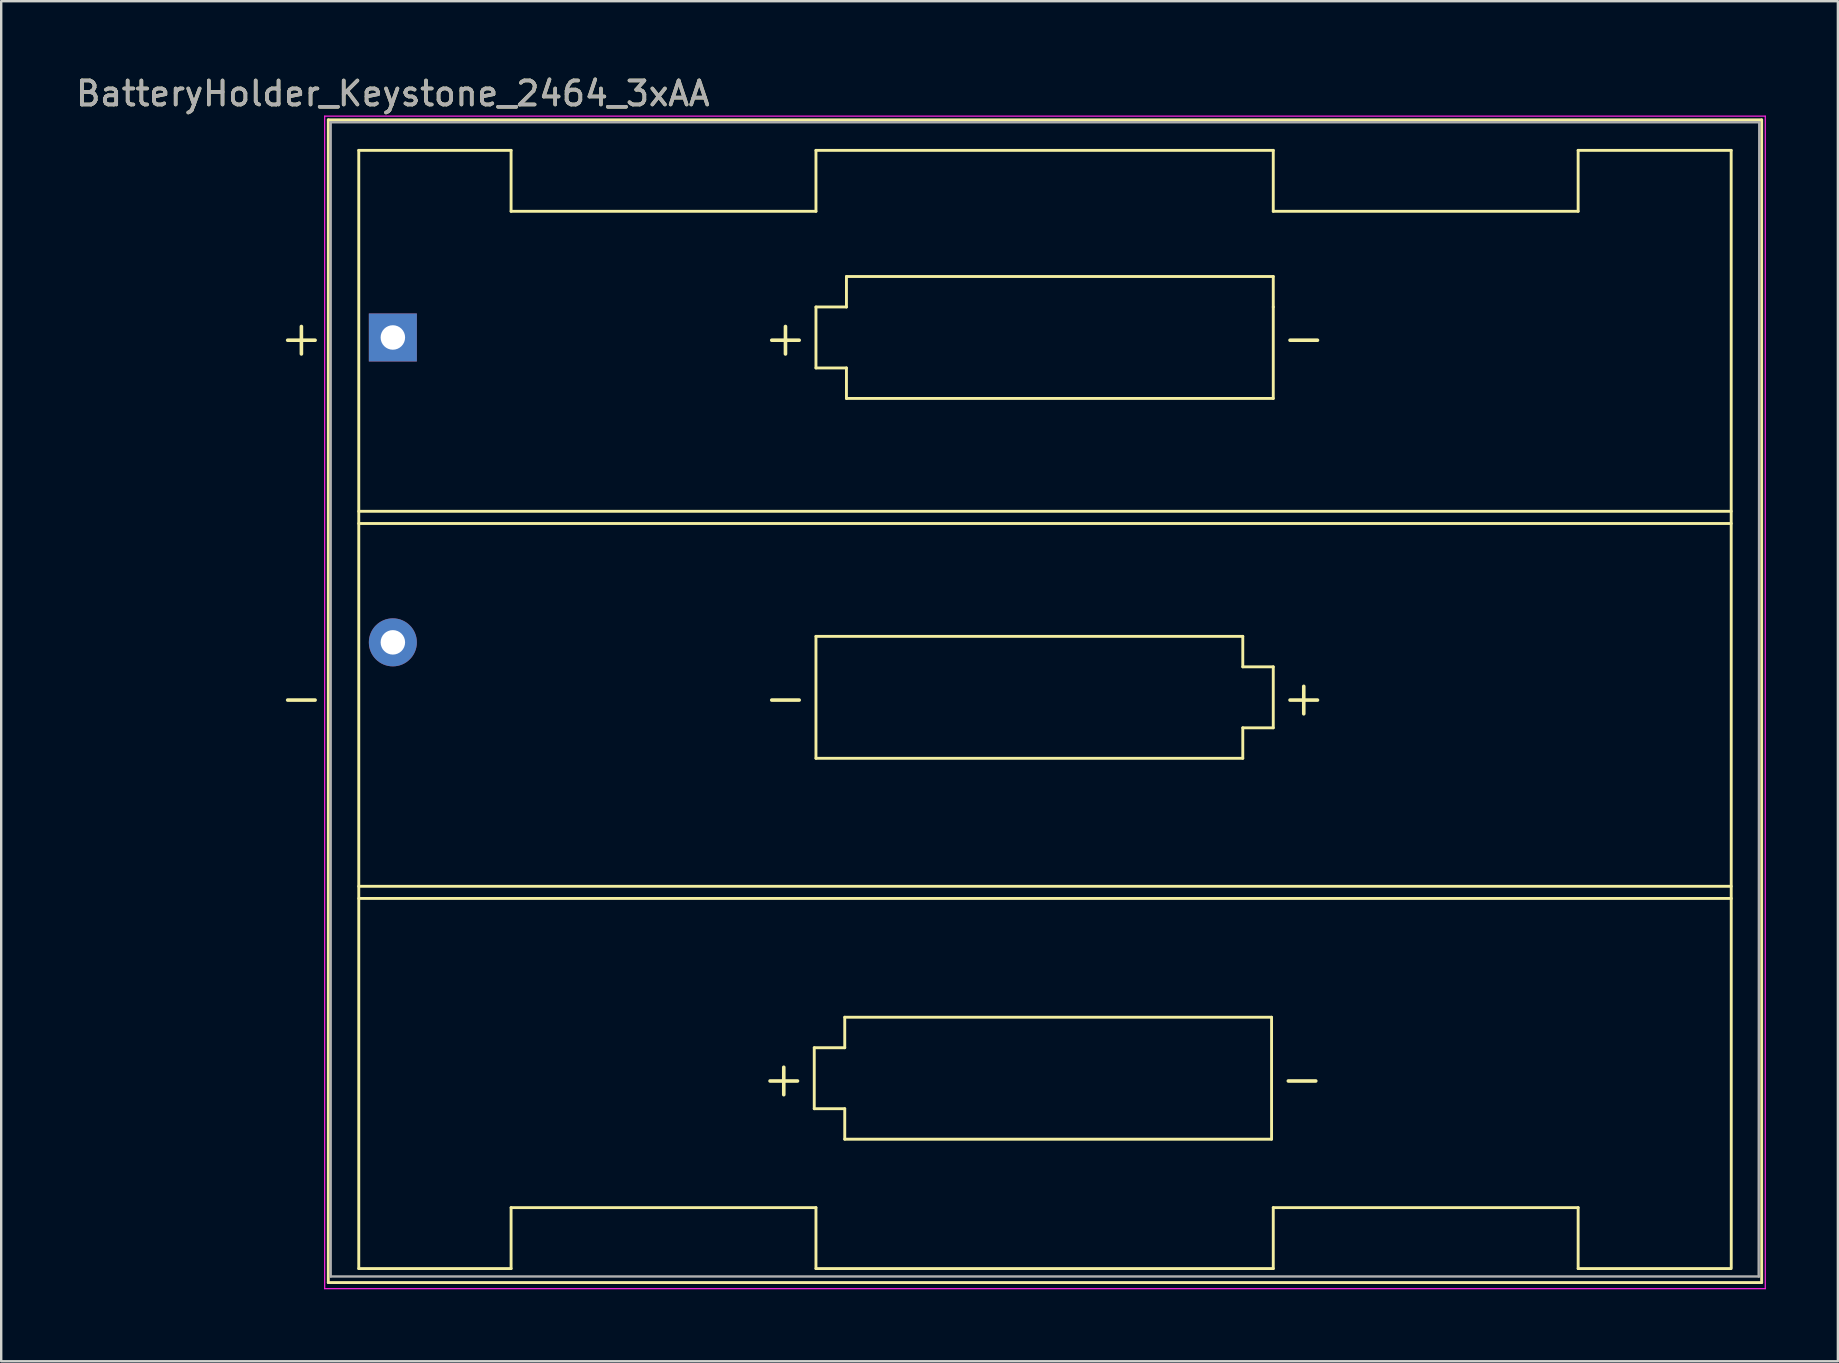
<source format=kicad_pcb>
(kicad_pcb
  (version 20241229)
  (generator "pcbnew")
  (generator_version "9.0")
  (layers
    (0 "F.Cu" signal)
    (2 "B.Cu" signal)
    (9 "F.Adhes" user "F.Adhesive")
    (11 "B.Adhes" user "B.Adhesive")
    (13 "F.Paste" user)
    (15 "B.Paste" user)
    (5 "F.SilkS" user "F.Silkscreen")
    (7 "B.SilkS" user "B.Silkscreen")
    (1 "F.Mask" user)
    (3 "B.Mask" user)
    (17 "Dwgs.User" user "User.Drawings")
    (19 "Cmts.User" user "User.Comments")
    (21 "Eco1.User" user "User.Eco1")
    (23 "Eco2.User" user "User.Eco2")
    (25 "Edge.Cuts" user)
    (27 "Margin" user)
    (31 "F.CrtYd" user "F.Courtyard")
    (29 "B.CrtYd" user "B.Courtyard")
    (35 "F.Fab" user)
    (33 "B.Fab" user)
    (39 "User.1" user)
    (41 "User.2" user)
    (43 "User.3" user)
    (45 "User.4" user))
  (footprint "BatteryHolder_Keystone_2464_3xAA"
    (layer "F.Cu")
    (at 13.315 11.008)
    (property "Reference" "BatteryHolder_Keystone_2464_3xAA" (at 0 -10.16 180) (layer "F.SilkS") (effects (font (size 1 1) (thickness 0.15))))
    (attr through_hole)
    (fp_line (start -2.69 -9.065) (end -2.69 39.37) (stroke (width 0.12) (type solid)) (layer "F.SilkS"))
    (fp_line (start -2.69 39.37) (end 57.02 39.37) (stroke (width 0.12) (type solid)) (layer "F.SilkS"))
    (fp_line (start -1.42 -7.795) (end -1.42 38.787) (stroke (width 0.12) (type solid)) (layer "F.SilkS"))
    (fp_line (start -1.42 7.241) (end 55.75 7.241) (stroke (width 0.12) (type solid)) (layer "F.SilkS"))
    (fp_line (start -1.42 38.787) (end 4.925 38.787) (stroke (width 0.12) (type solid)) (layer "F.SilkS"))
    (fp_line (start -1.417 23.368) (end 55.753 23.368) (stroke (width 0.12) (type solid)) (layer "F.SilkS"))
    (fp_line (start 4.925 -7.795) (end -1.42 -7.795) (stroke (width 0.12) (type solid)) (layer "F.SilkS"))
    (fp_line (start 4.925 -5.255) (end 4.925 -7.795) (stroke (width 0.12) (type solid)) (layer "F.SilkS"))
    (fp_line (start 4.925 -5.255) (end 17.625 -5.255) (stroke (width 0.12) (type solid)) (layer "F.SilkS"))
    (fp_line (start 4.925 36.247) (end 17.625 36.247) (stroke (width 0.12) (type solid)) (layer "F.SilkS"))
    (fp_line (start 4.925 38.787) (end 4.925 36.247) (stroke (width 0.12) (type solid)) (layer "F.SilkS"))
    (fp_line (start 17.554 29.587) (end 18.824 29.587) (stroke (width 0.12) (type solid)) (layer "F.SilkS"))
    (fp_line (start 17.554 32.127) (end 17.554 29.587) (stroke (width 0.12) (type solid)) (layer "F.SilkS"))
    (fp_line (start 17.625 -7.795) (end 17.625 -5.255) (stroke (width 0.12) (type solid)) (layer "F.SilkS"))
    (fp_line (start 17.625 -1.27) (end 18.895 -1.27) (stroke (width 0.12) (type solid)) (layer "F.SilkS"))
    (fp_line (start 17.625 1.27) (end 17.625 -1.27) (stroke (width 0.12) (type solid)) (layer "F.SilkS"))
    (fp_line (start 17.625 12.45) (end 35.405 12.45) (stroke (width 0.12) (type solid)) (layer "F.SilkS"))
    (fp_line (start 17.625 17.53) (end 17.625 12.45) (stroke (width 0.12) (type solid)) (layer "F.SilkS"))
    (fp_line (start 17.625 36.247) (end 17.625 38.787) (stroke (width 0.12) (type solid)) (layer "F.SilkS"))
    (fp_line (start 17.625 38.787) (end 36.675 38.787) (stroke (width 0.12) (type solid)) (layer "F.SilkS"))
    (fp_line (start 18.824 28.317) (end 36.604 28.317) (stroke (width 0.12) (type solid)) (layer "F.SilkS"))
    (fp_line (start 18.824 29.587) (end 18.824 28.317) (stroke (width 0.12) (type solid)) (layer "F.SilkS"))
    (fp_line (start 18.824 32.127) (end 17.554 32.127) (stroke (width 0.12) (type solid)) (layer "F.SilkS"))
    (fp_line (start 18.824 33.397) (end 18.824 32.127) (stroke (width 0.12) (type solid)) (layer "F.SilkS"))
    (fp_line (start 18.895 -2.54) (end 36.675 -2.54) (stroke (width 0.12) (type solid)) (layer "F.SilkS"))
    (fp_line (start 18.895 -1.27) (end 18.895 -2.54) (stroke (width 0.12) (type solid)) (layer "F.SilkS"))
    (fp_line (start 18.895 1.27) (end 17.625 1.27) (stroke (width 0.12) (type solid)) (layer "F.SilkS"))
    (fp_line (start 18.895 2.54) (end 18.895 1.27) (stroke (width 0.12) (type solid)) (layer "F.SilkS"))
    (fp_line (start 35.405 12.45) (end 35.405 13.72) (stroke (width 0.12) (type solid)) (layer "F.SilkS"))
    (fp_line (start 35.405 13.72) (end 36.675 13.72) (stroke (width 0.12) (type solid)) (layer "F.SilkS"))
    (fp_line (start 35.405 16.26) (end 35.405 17.53) (stroke (width 0.12) (type solid)) (layer "F.SilkS"))
    (fp_line (start 35.405 17.53) (end 17.625 17.53) (stroke (width 0.12) (type solid)) (layer "F.SilkS"))
    (fp_line (start 36.604 28.317) (end 36.604 33.397) (stroke (width 0.12) (type solid)) (layer "F.SilkS"))
    (fp_line (start 36.604 33.397) (end 18.824 33.397) (stroke (width 0.12) (type solid)) (layer "F.SilkS"))
    (fp_line (start 36.675 -7.795) (end 17.625 -7.795) (stroke (width 0.12) (type solid)) (layer "F.SilkS"))
    (fp_line (start 36.675 -5.255) (end 36.675 -7.795) (stroke (width 0.12) (type solid)) (layer "F.SilkS"))
    (fp_line (start 36.675 -2.54) (end 36.675 -1.27) (stroke (width 0.12) (type solid)) (layer "F.SilkS"))
    (fp_line (start 36.675 -1.27) (end 36.675 2.54) (stroke (width 0.12) (type solid)) (layer "F.SilkS"))
    (fp_line (start 36.675 2.54) (end 18.895 2.54) (stroke (width 0.12) (type solid)) (layer "F.SilkS"))
    (fp_line (start 36.675 13.72) (end 36.675 16.26) (stroke (width 0.12) (type solid)) (layer "F.SilkS"))
    (fp_line (start 36.675 16.26) (end 35.405 16.26) (stroke (width 0.12) (type solid)) (layer "F.SilkS"))
    (fp_line (start 36.675 38.787) (end 36.675 36.247) (stroke (width 0.12) (type solid)) (layer "F.SilkS"))
    (fp_line (start 49.375 -7.795) (end 49.375 -5.255) (stroke (width 0.12) (type solid)) (layer "F.SilkS"))
    (fp_line (start 49.375 -5.255) (end 36.675 -5.255) (stroke (width 0.12) (type solid)) (layer "F.SilkS"))
    (fp_line (start 49.375 36.247) (end 36.675 36.247) (stroke (width 0.12) (type solid)) (layer "F.SilkS"))
    (fp_line (start 49.375 38.787) (end 49.375 36.247) (stroke (width 0.12) (type solid)) (layer "F.SilkS"))
    (fp_line (start 55.75 -7.795) (end 49.375 -7.795) (stroke (width 0.12) (type solid)) (layer "F.SilkS"))
    (fp_line (start 55.75 -7.795) (end 55.753 38.735) (stroke (width 0.12) (type solid)) (layer "F.SilkS"))
    (fp_line (start 55.75 7.749) (end -1.42 7.749) (stroke (width 0.12) (type solid)) (layer "F.SilkS"))
    (fp_line (start 55.75 22.862) (end -1.42 22.862) (stroke (width 0.12) (type solid)) (layer "F.SilkS"))
    (fp_line (start 55.75 38.787) (end 49.375 38.787) (stroke (width 0.12) (type solid)) (layer "F.SilkS"))
    (fp_line (start 57.02 -9.065) (end -2.69 -9.065) (stroke (width 0.12) (type solid)) (layer "F.SilkS"))
    (fp_line (start 57.02 39.37) (end 57.02 -9.065) (stroke (width 0.12) (type solid)) (layer "F.SilkS"))
    (fp_line (start -2.84 -9.22) (end -2.84 39.624) (stroke (width 0.05) (type solid)) (layer "F.CrtYd"))
    (fp_line (start -2.84 39.624) (end 57.17 39.624) (stroke (width 0.05) (type solid)) (layer "F.CrtYd"))
    (fp_line (start 57.17 -9.22) (end -2.84 -9.22) (stroke (width 0.05) (type solid)) (layer "F.CrtYd"))
    (fp_line (start 57.17 39.624) (end 57.17 -9.22) (stroke (width 0.05) (type solid)) (layer "F.CrtYd"))
    (fp_line (start -2.59 -8.965) (end 56.92 -8.965) (stroke (width 0.1) (type solid)) (layer "F.Fab"))
    (fp_line (start -2.59 39.116) (end -2.59 -8.965) (stroke (width 0.1) (type solid)) (layer "F.Fab"))
    (fp_line (start -2.59 39.116) (end 56.92 39.116) (stroke (width 0.1) (type solid)) (layer "F.Fab"))
    (fp_line (start 56.896 39.116) (end 56.92 -8.965) (stroke (width 0.1) (type solid)) (layer "F.Fab"))
    (fp_text user "-" (at 37.874 30.857 180) (layer "F.SilkS") (effects (font (size 1.5 1.5) (thickness 0.15))))
    (fp_text user "-" (at -3.81 14.99 0) (layer "F.SilkS") (effects (font (size 1.5 1.5) (thickness 0.15))))
    (fp_text user "-" (at 16.355 14.99 0) (layer "F.SilkS") (effects (font (size 1.5 1.5) (thickness 0.15))))
    (fp_text user "+" (at -3.81 0 0) (layer "F.SilkS") (effects (font (size 1.5 1.5) (thickness 0.15))))
    (fp_text user "+" (at 37.945 14.99 0) (layer "F.SilkS") (effects (font (size 1.5 1.5) (thickness 0.15))))
    (fp_text user "+" (at 16.355 0 0) (layer "F.SilkS") (effects (font (size 1.5 1.5) (thickness 0.15))))
    (fp_text user "-" (at 37.945 0 0) (layer "F.SilkS") (effects (font (size 1.5 1.5) (thickness 0.15))))
    (fp_text user "+" (at 16.284 30.857 180) (layer "F.SilkS") (effects (font (size 1.5 1.5) (thickness 0.15))))
    (fp_text user "${REFERENCE}" (at 0 -10.16 0) (layer "F.Fab") (effects (font (size 1 1) (thickness 0.15))))
    (pad "1" thru_hole rect (at 0 0) (size 2 2) (drill 1.02) (layers "*.Cu" "*.Mask"))
    (pad "2" thru_hole circle (at 0 12.7) (size 2 2) (drill 1.02) (layers "*.Cu" "*.Mask")))
  (gr_rect
    (start -3 -3)
    (end 73.51 53.657)
    (stroke (width 0.1) (type default))
    (fill no)
    (layer "Edge.Cuts")))
</source>
